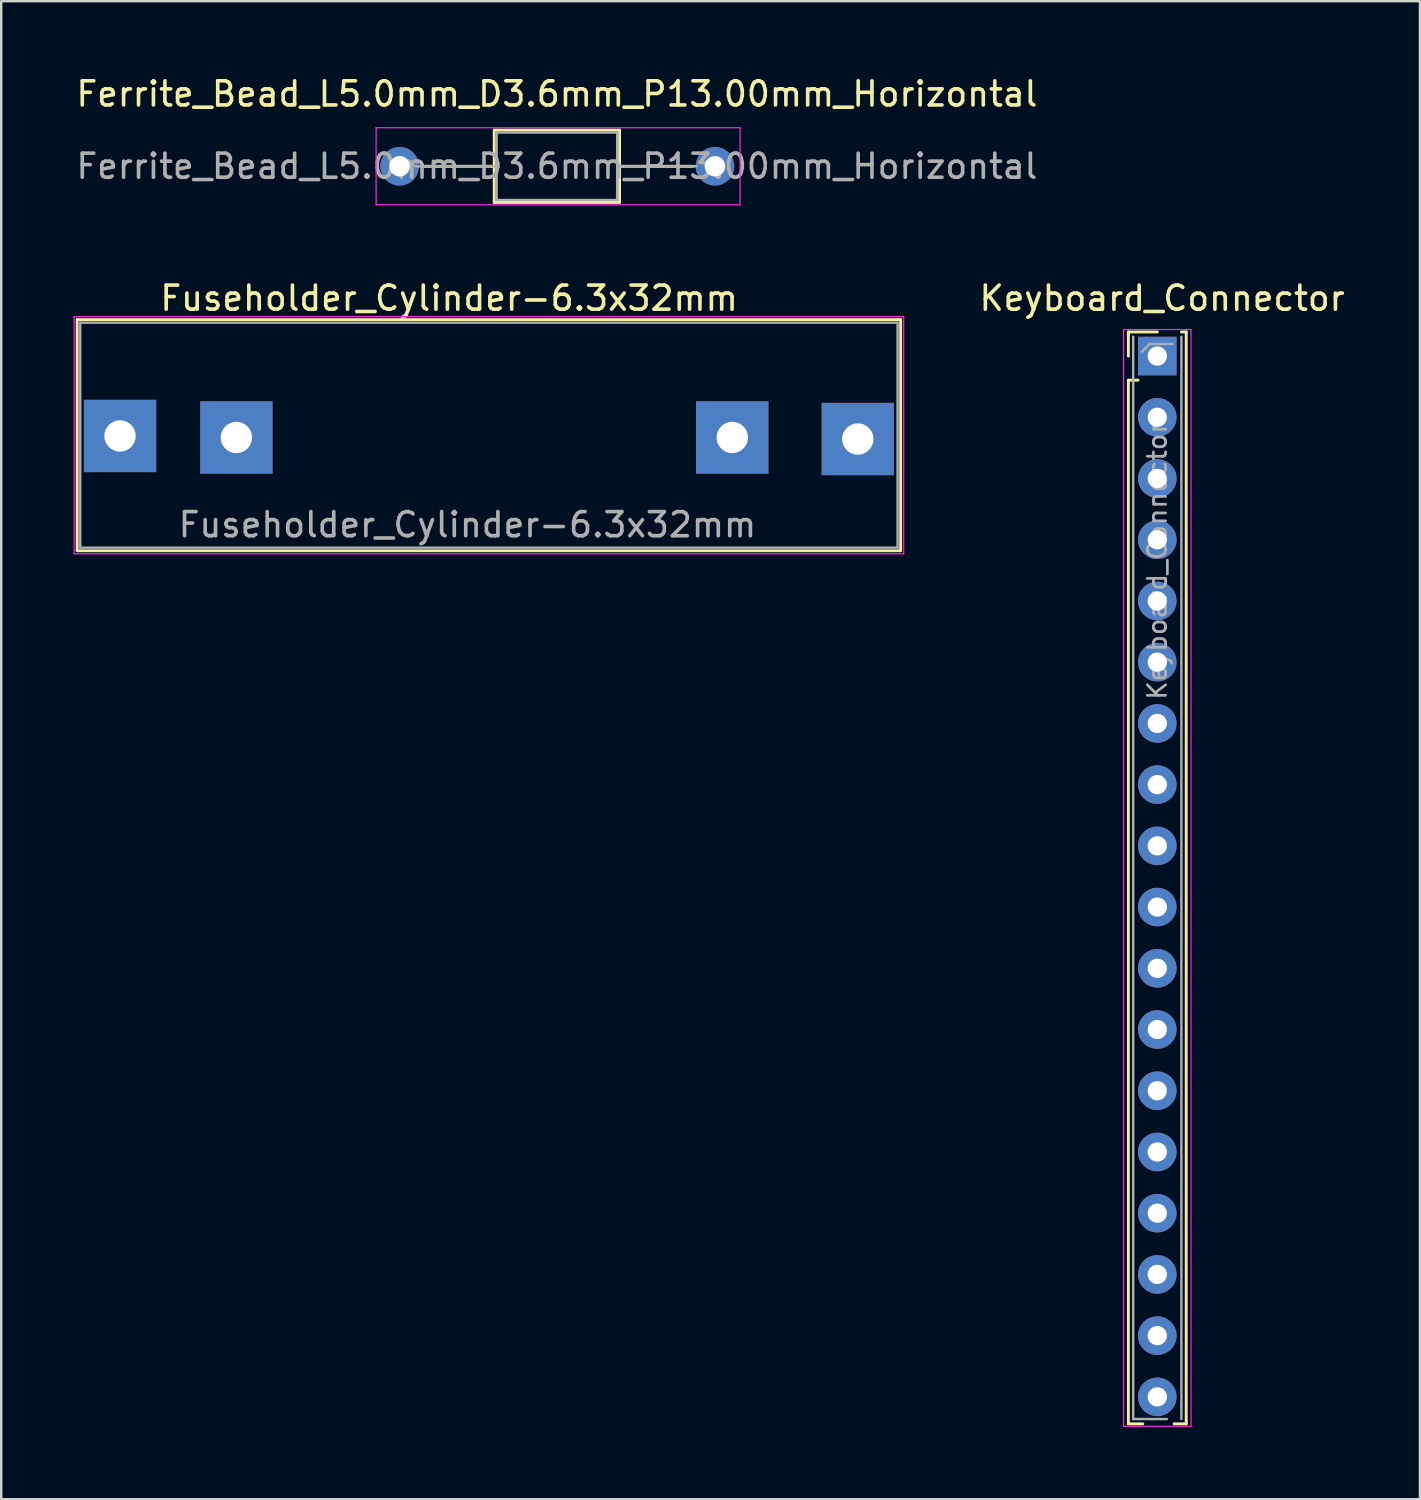
<source format=kicad_pcb>
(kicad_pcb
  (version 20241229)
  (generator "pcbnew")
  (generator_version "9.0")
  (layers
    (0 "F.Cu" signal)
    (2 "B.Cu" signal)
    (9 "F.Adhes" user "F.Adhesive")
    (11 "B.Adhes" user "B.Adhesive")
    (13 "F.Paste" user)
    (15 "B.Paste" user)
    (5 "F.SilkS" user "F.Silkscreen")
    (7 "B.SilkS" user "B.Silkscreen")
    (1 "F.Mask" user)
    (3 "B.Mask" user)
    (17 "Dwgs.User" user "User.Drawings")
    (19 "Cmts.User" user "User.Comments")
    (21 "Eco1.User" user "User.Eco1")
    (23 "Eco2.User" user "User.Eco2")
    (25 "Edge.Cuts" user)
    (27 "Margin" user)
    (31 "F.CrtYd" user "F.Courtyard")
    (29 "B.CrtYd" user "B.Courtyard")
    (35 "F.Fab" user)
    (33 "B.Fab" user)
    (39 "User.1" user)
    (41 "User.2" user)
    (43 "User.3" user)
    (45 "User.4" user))
  (footprint "Ferrite_Bead_L5.0mm_D3.6mm_P13.00mm_Horizontal"
    (layer "F.Cu")
    (at 15.054 3.848)
    (property "Reference" "Ferrite_Bead_L5.0mm_D3.6mm_P13.00mm_Horizontal" (at 5 -3 0) (layer "F.SilkS") (effects (font (size 1 1) (thickness 0.15))))
    (attr through_hole)
    (fp_line (start -0.635 0) (end 2.38 0) (stroke (width 0.12) (type solid)) (layer "F.SilkS"))
    (fp_line (start 2.4 -1.5) (end 2.4 1.5) (stroke (width 0.12) (type solid)) (layer "F.SilkS"))
    (fp_line (start 2.4 1.5) (end 7.6 1.5) (stroke (width 0.12) (type solid)) (layer "F.SilkS"))
    (fp_line (start 7.6 -1.5) (end 2.4 -1.5) (stroke (width 0.12) (type solid)) (layer "F.SilkS"))
    (fp_line (start 7.6 1.5) (end 7.6 -1.5) (stroke (width 0.12) (type solid)) (layer "F.SilkS"))
    (fp_line (start 10.668 0) (end 7.62 0) (stroke (width 0.12) (type solid)) (layer "F.SilkS"))
    (fp_line (start -2.5 -1.6) (end -2.5 1.6) (stroke (width 0.05) (type solid)) (layer "F.CrtYd"))
    (fp_line (start -2.5 1.6) (end 12.6 1.6) (stroke (width 0.05) (type solid)) (layer "F.CrtYd"))
    (fp_line (start 12.6 -1.6) (end -2.5 -1.6) (stroke (width 0.05) (type solid)) (layer "F.CrtYd"))
    (fp_line (start 12.6 1.6) (end 12.6 -1.6) (stroke (width 0.05) (type solid)) (layer "F.CrtYd"))
    (fp_line (start -0.889 0) (end 2.5 0) (stroke (width 0.1) (type solid)) (layer "F.Fab"))
    (fp_line (start 2.5 -1.4) (end 2.5 1.4) (stroke (width 0.1) (type solid)) (layer "F.Fab"))
    (fp_line (start 2.5 1.4) (end 7.5 1.4) (stroke (width 0.1) (type solid)) (layer "F.Fab"))
    (fp_line (start 7.5 -1.4) (end 2.5 -1.4) (stroke (width 0.1) (type solid)) (layer "F.Fab"))
    (fp_line (start 7.5 1.4) (end 7.5 -1.4) (stroke (width 0.1) (type solid)) (layer "F.Fab"))
    (fp_line (start 10.795 0) (end 7.5 0) (stroke (width 0.1) (type solid)) (layer "F.Fab"))
    (fp_text user "${REFERENCE}" (at 5 0 0) (layer "F.Fab") (effects (font (size 1 1) (thickness 0.15))))
    (pad "1" thru_hole circle (at -1.524 0) (size 1.6 1.6) (drill 0.85) (layers "*.Cu" "*.Mask"))
    (pad "2" thru_hole oval (at 11.557 0) (size 1.6 1.6) (drill 0.85) (layers "*.Cu" "*.Mask")))
  (footprint "Fuseholder_Cylinder-6.3x32mm"
    (layer "F.Cu")
    (at 9.931 14.973)
    (property "Reference" "Fuseholder_Cylinder-6.3x32mm" (at 5.652 -5.652 0) (layer "F.SilkS") (effects (font (size 1 1) (thickness 0.15))))
    (attr through_hole)
    (fp_line (start -9.779 -4.763) (end 24.384 -4.763) (stroke (width 0.12) (type solid)) (layer "F.SilkS"))
    (fp_line (start -9.779 4.826) (end -9.779 -4.763) (stroke (width 0.12) (type solid)) (layer "F.SilkS"))
    (fp_line (start -9.779 4.826) (end 24.384 4.826) (stroke (width 0.12) (type solid)) (layer "F.SilkS"))
    (fp_line (start 24.384 4.826) (end 24.384 -4.763) (stroke (width 0.12) (type solid)) (layer "F.SilkS"))
    (fp_line (start -9.906 -4.889) (end 24.511 -4.889) (stroke (width 0.05) (type solid)) (layer "F.CrtYd"))
    (fp_line (start -9.906 4.953) (end -9.906 -4.889) (stroke (width 0.05) (type solid)) (layer "F.CrtYd"))
    (fp_line (start 24.511 4.953) (end -9.906 4.953) (stroke (width 0.05) (type solid)) (layer "F.CrtYd"))
    (fp_line (start 24.511 4.953) (end 24.511 -4.889) (stroke (width 0.05) (type solid)) (layer "F.CrtYd"))
    (fp_line (start -9.652 -4.636) (end -9.652 4.699) (stroke (width 0.1) (type solid)) (layer "F.Fab"))
    (fp_line (start -9.652 4.699) (end 24.257 4.699) (stroke (width 0.1) (type solid)) (layer "F.Fab"))
    (fp_line (start 24.257 -4.636) (end -9.652 -4.636) (stroke (width 0.1) (type solid)) (layer "F.Fab"))
    (fp_line (start 24.257 4.699) (end 24.257 -4.636) (stroke (width 0.1) (type solid)) (layer "F.Fab"))
    (fp_text user "${REFERENCE}" (at 6.413 3.747 0) (layer "F.Fab") (effects (font (size 1 1) (thickness 0.15))))
    (pad "1" thru_hole rect (at -8.001 0.064) (size 3 3) (drill 1.3) (layers "*.Cu" "*.Mask"))
    (pad "1" thru_hole rect (at -3.175 0.127) (size 3 3) (drill 1.3) (layers "*.Cu" "*.Mask"))
    (pad "2" thru_hole rect (at 17.399 0.127) (size 3 3) (drill 1.3) (layers "*.Cu" "*.Mask"))
    (pad "2" thru_hole rect (at 22.606 0.191) (size 3 3) (drill 1.3) (layers "*.Cu" "*.Mask")))
  (footprint "Keyboard_Connector"
    (layer "F.Cu")
    (at 44.963 11.722)
    (property "Reference" "Keyboard_Connector" (at 0.2 -2.4 0) (layer "F.SilkS") (effects (font (size 1 1) (thickness 0.15))))
    (attr through_hole)
    (fp_line (start -1.2 -1) (end 0 -1) (stroke (width 0.12) (type solid)) (layer "F.SilkS"))
    (fp_line (start -1.2 0) (end -1.2 -1) (stroke (width 0.12) (type solid)) (layer "F.SilkS"))
    (fp_line (start -1.2 1) (end -1.2 44.3) (stroke (width 0.12) (type solid)) (layer "F.SilkS"))
    (fp_line (start -1.2 1) (end -0.8 1) (stroke (width 0.12) (type solid)) (layer "F.SilkS"))
    (fp_line (start -1.2 44.3) (end -0.6 44.3) (stroke (width 0.12) (type solid)) (layer "F.SilkS"))
    (fp_line (start 0.7 44.3) (end 1.2 44.3) (stroke (width 0.12) (type solid)) (layer "F.SilkS"))
    (fp_line (start 1 -1) (end 1.2 -1) (stroke (width 0.12) (type solid)) (layer "F.SilkS"))
    (fp_line (start 1.2 -1) (end 1.2 44.3) (stroke (width 0.12) (type solid)) (layer "F.SilkS"))
    (fp_line (start -1.4 -1.1) (end -1.4 44.4) (stroke (width 0.05) (type solid)) (layer "F.CrtYd"))
    (fp_line (start -1.4 44.4) (end 1.4 44.4) (stroke (width 0.05) (type solid)) (layer "F.CrtYd"))
    (fp_line (start 1.4 -1.1) (end -1.4 -1.1) (stroke (width 0.05) (type solid)) (layer "F.CrtYd"))
    (fp_line (start 1.4 44.4) (end 1.4 -1.1) (stroke (width 0.05) (type solid)) (layer "F.CrtYd"))
    (fp_line (start -1 44.1) (end -1 -0.8) (stroke (width 0.1) (type solid)) (layer "F.Fab"))
    (fp_line (start -0.635 -0.182) (end -0.318 -0.5) (stroke (width 0.1) (type solid)) (layer "F.Fab"))
    (fp_line (start -0.318 -0.5) (end 0.635 -0.5) (stroke (width 0.1) (type solid)) (layer "F.Fab"))
    (fp_line (start 0.4 44.1) (end -1 44.1) (stroke (width 0.1) (type solid)) (layer "F.Fab"))
    (fp_line (start 1 -0.8) (end 1 44.1) (stroke (width 0.1) (type solid)) (layer "F.Fab"))
    (fp_text user "${REFERENCE}" (at 0 8.5 90) (layer "F.Fab") (effects (font (size 0.76 0.76) (thickness 0.114))))
    (pad "1" thru_hole rect (at 0 0) (size 1.6 1.6) (drill 0.8) (layers "*.Cu" "*.Mask"))
    (pad "2" thru_hole oval (at 0 2.54) (size 1.6 1.6) (drill 0.8) (layers "*.Cu" "*.Mask"))
    (pad "3" thru_hole oval (at 0 5.08) (size 1.6 1.6) (drill 0.8) (layers "*.Cu" "*.Mask"))
    (pad "4" thru_hole oval (at 0 7.62) (size 1.6 1.6) (drill 0.8) (layers "*.Cu" "*.Mask"))
    (pad "5" thru_hole oval (at 0 10.16) (size 1.6 1.6) (drill 0.8) (layers "*.Cu" "*.Mask"))
    (pad "6" thru_hole oval (at 0 12.7) (size 1.6 1.6) (drill 0.8) (layers "*.Cu" "*.Mask"))
    (pad "7" thru_hole oval (at 0 15.24) (size 1.6 1.6) (drill 0.8) (layers "*.Cu" "*.Mask"))
    (pad "8" thru_hole oval (at 0 17.78) (size 1.6 1.6) (drill 0.8) (layers "*.Cu" "*.Mask"))
    (pad "9" thru_hole oval (at 0 20.32) (size 1.6 1.6) (drill 0.8) (layers "*.Cu" "*.Mask"))
    (pad "10" thru_hole oval (at 0 22.86) (size 1.6 1.6) (drill 0.8) (layers "*.Cu" "*.Mask"))
    (pad "11" thru_hole oval (at 0 25.4) (size 1.6 1.6) (drill 0.8) (layers "*.Cu" "*.Mask"))
    (pad "12" thru_hole oval (at 0 27.94) (size 1.6 1.6) (drill 0.8) (layers "*.Cu" "*.Mask"))
    (pad "13" thru_hole oval (at 0 30.48) (size 1.6 1.6) (drill 0.8) (layers "*.Cu" "*.Mask"))
    (pad "14" thru_hole oval (at 0 33.02) (size 1.6 1.6) (drill 0.8) (layers "*.Cu" "*.Mask"))
    (pad "15" thru_hole oval (at 0 35.56) (size 1.6 1.6) (drill 0.8) (layers "*.Cu" "*.Mask"))
    (pad "16" thru_hole oval (at 0 38.1) (size 1.6 1.6) (drill 0.8) (layers "*.Cu" "*.Mask"))
    (pad "17" thru_hole oval (at 0 40.64) (size 1.6 1.6) (drill 0.8) (layers "*.Cu" "*.Mask"))
    (pad "18" thru_hole oval (at 0 43.18) (size 1.6 1.6) (drill 0.8) (layers "*.Cu" "*.Mask")))
  (gr_rect
    (start -3 -3)
    (end 55.86 59.147)
    (stroke (width 0.1) (type default))
    (fill no)
    (layer "Edge.Cuts")))
</source>
